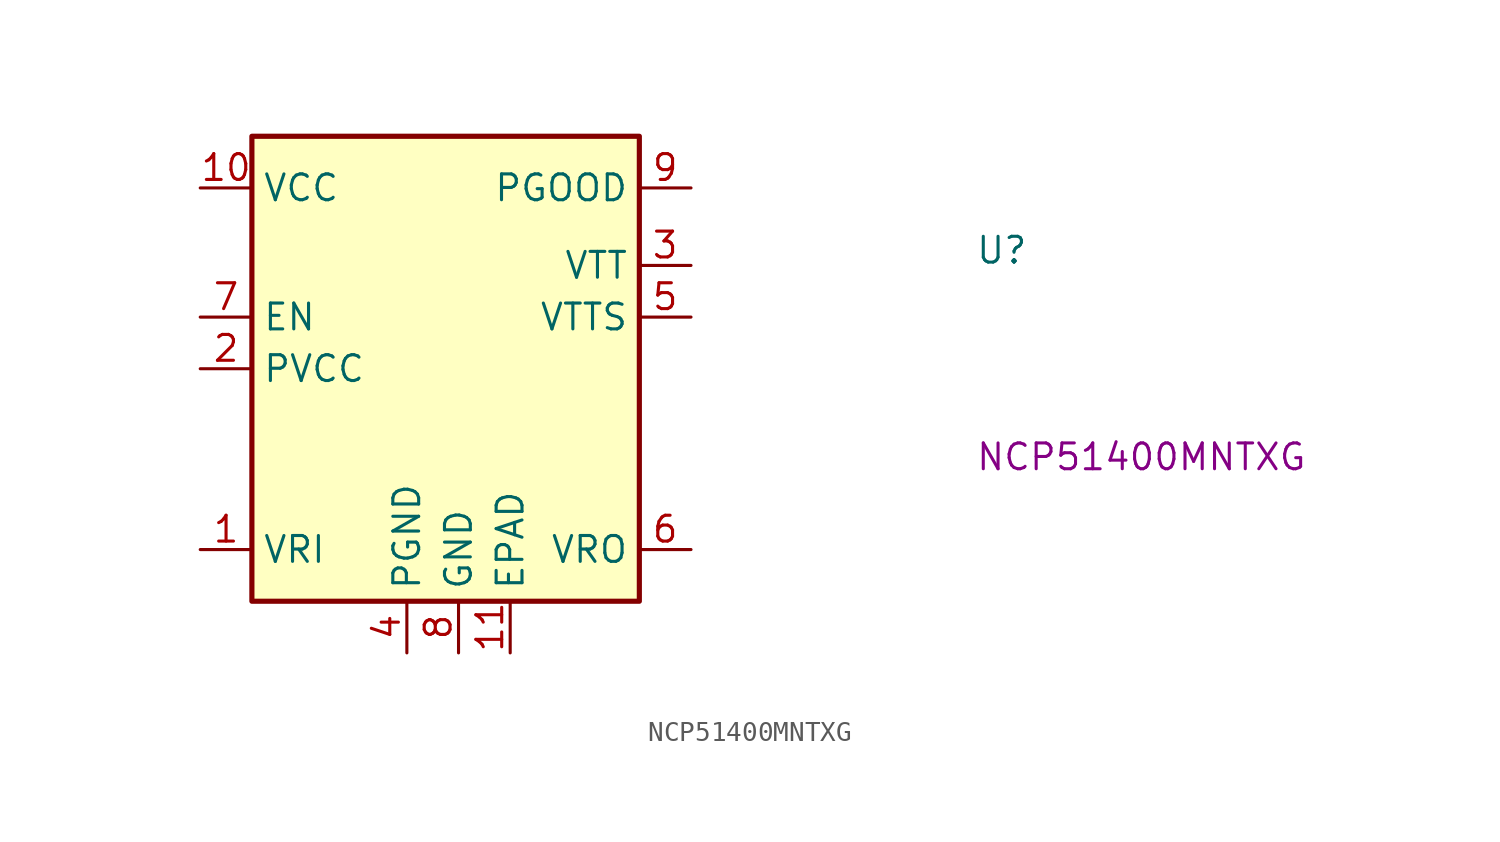
<source format=kicad_sym>
(kicad_symbol_lib
  (version 20220914)
  (generator kicad_symbol_editor)
  (symbol "NCP51400MNTXG"
    (property "Reference" "U"
      (at 38.1 -3.81 0)
      (effects (font (size 1.27 1.27) (thickness 0.15)) (justify left bottom)))
    (property "MPN" "NCP51400MNTXG"
      (at 38.1 -13.97 0)
      (effects (font (size 1.27 1.27) (thickness 0.15)) (justify left bottom)))
    (symbol "NCP51400MNTXG_1_1"
      (rectangle (start 2.54 2.54) (end 21.59 -20.32) (stroke (width 0.254) (type default)) (fill (type background)))
      (pin unspecified line (at 0 -17.78 0) (length 2.54) (name "VRI" (effects (font (size 1.27 1.27)))) (number "1" (effects (font (size 1.27 1.27)))))
      (pin power_in line (at 0 0 0) (length 2.54) (name "VCC" (effects (font (size 1.27 1.27)))) (number "10" (effects (font (size 1.27 1.27)))))
      (pin unspecified line (at 15.24 -22.86 90) (length 2.54) (name "EPAD" (effects (font (size 1.27 1.27)))) (number "11" (effects (font (size 1.27 1.27)))))
      (pin unspecified line (at 0 -8.89 0) (length 2.54) (name "PVCC" (effects (font (size 1.27 1.27)))) (number "2" (effects (font (size 1.27 1.27)))))
      (pin unspecified line (at 24.13 -3.81 180) (length 2.54) (name "VTT" (effects (font (size 1.27 1.27)))) (number "3" (effects (font (size 1.27 1.27)))))
      (pin power_in line (at 10.16 -22.86 90) (length 2.54) (name "PGND" (effects (font (size 1.27 1.27)))) (number "4" (effects (font (size 1.27 1.27)))))
      (pin unspecified line (at 24.13 -6.35 180) (length 2.54) (name "VTTS" (effects (font (size 1.27 1.27)))) (number "5" (effects (font (size 1.27 1.27)))))
      (pin unspecified line (at 24.13 -17.78 180) (length 2.54) (name "VRO" (effects (font (size 1.27 1.27)))) (number "6" (effects (font (size 1.27 1.27)))))
      (pin unspecified line (at 0 -6.35 0) (length 2.54) (name "EN" (effects (font (size 1.27 1.27)))) (number "7" (effects (font (size 1.27 1.27)))))
      (pin power_in line (at 12.7 -22.86 90) (length 2.54) (name "GND" (effects (font (size 1.27 1.27)))) (number "8" (effects (font (size 1.27 1.27)))))
      (pin power_in line (at 24.13 0 180) (length 2.54) (name "PGOOD" (effects (font (size 1.27 1.27)))) (number "9" (effects (font (size 1.27 1.27))))))))
</source>
